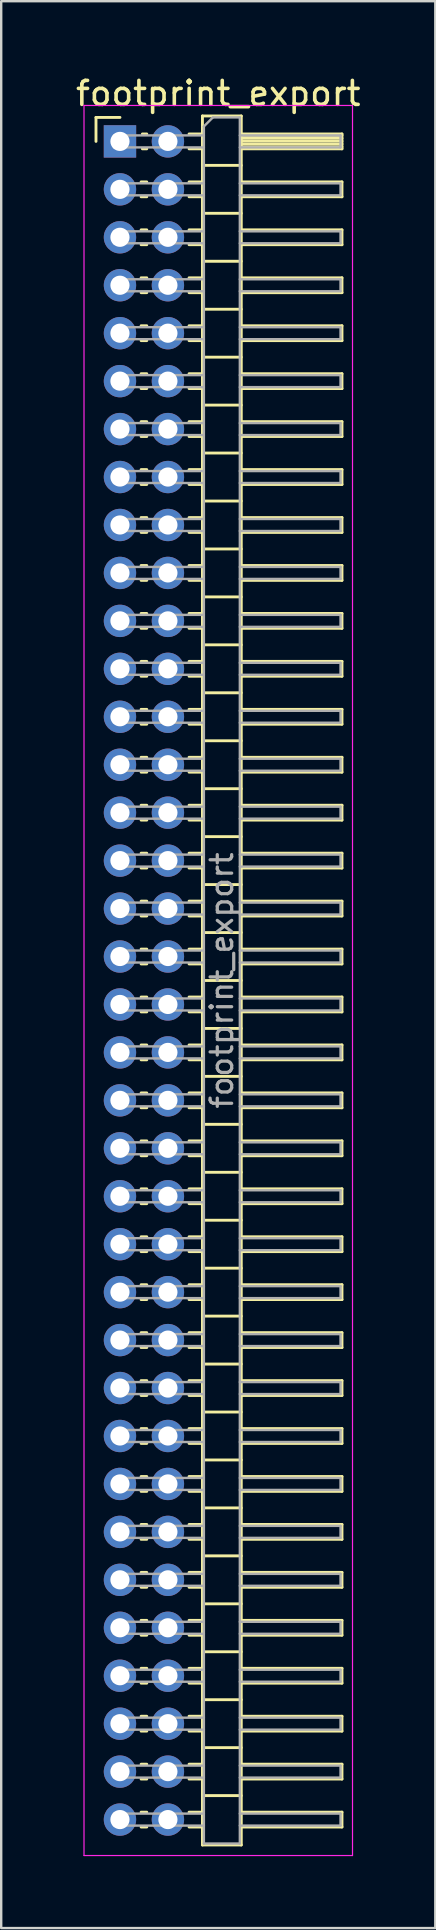
<source format=kicad_pcb>
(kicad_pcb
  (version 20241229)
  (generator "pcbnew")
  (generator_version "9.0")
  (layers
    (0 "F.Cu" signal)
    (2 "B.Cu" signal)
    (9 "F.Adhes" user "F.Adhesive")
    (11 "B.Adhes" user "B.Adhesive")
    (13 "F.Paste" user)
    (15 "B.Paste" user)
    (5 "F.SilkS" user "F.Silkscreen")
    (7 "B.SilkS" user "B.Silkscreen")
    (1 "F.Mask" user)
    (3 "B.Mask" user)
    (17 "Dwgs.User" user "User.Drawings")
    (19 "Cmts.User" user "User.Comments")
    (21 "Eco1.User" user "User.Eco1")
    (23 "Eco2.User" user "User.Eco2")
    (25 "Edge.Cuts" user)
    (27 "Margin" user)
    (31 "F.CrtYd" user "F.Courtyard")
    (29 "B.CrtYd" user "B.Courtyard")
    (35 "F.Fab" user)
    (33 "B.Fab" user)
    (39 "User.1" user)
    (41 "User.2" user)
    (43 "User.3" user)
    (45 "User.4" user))
  (footprint "footprint_export"
    (layer "F.Cu")
    (at 1.954 2.848)
    (property "Reference" "footprint_export" (at 4.1 -2 0) (layer "F.SilkS") (effects (font (size 1 1) (thickness 0.15))))
    (attr through_hole)
    (fp_line (start -1 -1) (end 0 -1) (stroke (width 0.12) (type solid)) (layer "F.SilkS"))
    (fp_line (start -1 0) (end -1 -1) (stroke (width 0.12) (type solid)) (layer "F.SilkS"))
    (fp_line (start 0.882 1.69) (end 1.118 1.69) (stroke (width 0.12) (type solid)) (layer "F.SilkS"))
    (fp_line (start 0.882 2.31) (end 1.118 2.31) (stroke (width 0.12) (type solid)) (layer "F.SilkS"))
    (fp_line (start 0.882 3.69) (end 1.118 3.69) (stroke (width 0.12) (type solid)) (layer "F.SilkS"))
    (fp_line (start 0.882 4.31) (end 1.118 4.31) (stroke (width 0.12) (type solid)) (layer "F.SilkS"))
    (fp_line (start 0.882 5.69) (end 1.118 5.69) (stroke (width 0.12) (type solid)) (layer "F.SilkS"))
    (fp_line (start 0.882 6.31) (end 1.118 6.31) (stroke (width 0.12) (type solid)) (layer "F.SilkS"))
    (fp_line (start 0.882 7.69) (end 1.118 7.69) (stroke (width 0.12) (type solid)) (layer "F.SilkS"))
    (fp_line (start 0.882 8.31) (end 1.118 8.31) (stroke (width 0.12) (type solid)) (layer "F.SilkS"))
    (fp_line (start 0.882 9.69) (end 1.118 9.69) (stroke (width 0.12) (type solid)) (layer "F.SilkS"))
    (fp_line (start 0.882 10.31) (end 1.118 10.31) (stroke (width 0.12) (type solid)) (layer "F.SilkS"))
    (fp_line (start 0.882 11.69) (end 1.118 11.69) (stroke (width 0.12) (type solid)) (layer "F.SilkS"))
    (fp_line (start 0.882 12.31) (end 1.118 12.31) (stroke (width 0.12) (type solid)) (layer "F.SilkS"))
    (fp_line (start 0.882 13.69) (end 1.118 13.69) (stroke (width 0.12) (type solid)) (layer "F.SilkS"))
    (fp_line (start 0.882 14.31) (end 1.118 14.31) (stroke (width 0.12) (type solid)) (layer "F.SilkS"))
    (fp_line (start 0.882 15.69) (end 1.118 15.69) (stroke (width 0.12) (type solid)) (layer "F.SilkS"))
    (fp_line (start 0.882 16.31) (end 1.118 16.31) (stroke (width 0.12) (type solid)) (layer "F.SilkS"))
    (fp_line (start 0.882 17.69) (end 1.118 17.69) (stroke (width 0.12) (type solid)) (layer "F.SilkS"))
    (fp_line (start 0.882 18.31) (end 1.118 18.31) (stroke (width 0.12) (type solid)) (layer "F.SilkS"))
    (fp_line (start 0.882 19.69) (end 1.118 19.69) (stroke (width 0.12) (type solid)) (layer "F.SilkS"))
    (fp_line (start 0.882 20.31) (end 1.118 20.31) (stroke (width 0.12) (type solid)) (layer "F.SilkS"))
    (fp_line (start 0.882 21.69) (end 1.118 21.69) (stroke (width 0.12) (type solid)) (layer "F.SilkS"))
    (fp_line (start 0.882 22.31) (end 1.118 22.31) (stroke (width 0.12) (type solid)) (layer "F.SilkS"))
    (fp_line (start 0.882 23.69) (end 1.118 23.69) (stroke (width 0.12) (type solid)) (layer "F.SilkS"))
    (fp_line (start 0.882 24.31) (end 1.118 24.31) (stroke (width 0.12) (type solid)) (layer "F.SilkS"))
    (fp_line (start 0.882 25.69) (end 1.118 25.69) (stroke (width 0.12) (type solid)) (layer "F.SilkS"))
    (fp_line (start 0.882 26.31) (end 1.118 26.31) (stroke (width 0.12) (type solid)) (layer "F.SilkS"))
    (fp_line (start 0.882 27.69) (end 1.118 27.69) (stroke (width 0.12) (type solid)) (layer "F.SilkS"))
    (fp_line (start 0.882 28.31) (end 1.118 28.31) (stroke (width 0.12) (type solid)) (layer "F.SilkS"))
    (fp_line (start 0.882 29.69) (end 1.118 29.69) (stroke (width 0.12) (type solid)) (layer "F.SilkS"))
    (fp_line (start 0.882 30.31) (end 1.118 30.31) (stroke (width 0.12) (type solid)) (layer "F.SilkS"))
    (fp_line (start 0.882 31.69) (end 1.118 31.69) (stroke (width 0.12) (type solid)) (layer "F.SilkS"))
    (fp_line (start 0.882 32.31) (end 1.118 32.31) (stroke (width 0.12) (type solid)) (layer "F.SilkS"))
    (fp_line (start 0.882 33.69) (end 1.118 33.69) (stroke (width 0.12) (type solid)) (layer "F.SilkS"))
    (fp_line (start 0.882 34.31) (end 1.118 34.31) (stroke (width 0.12) (type solid)) (layer "F.SilkS"))
    (fp_line (start 0.882 35.69) (end 1.118 35.69) (stroke (width 0.12) (type solid)) (layer "F.SilkS"))
    (fp_line (start 0.882 36.31) (end 1.118 36.31) (stroke (width 0.12) (type solid)) (layer "F.SilkS"))
    (fp_line (start 0.882 37.69) (end 1.118 37.69) (stroke (width 0.12) (type solid)) (layer "F.SilkS"))
    (fp_line (start 0.882 38.31) (end 1.118 38.31) (stroke (width 0.12) (type solid)) (layer "F.SilkS"))
    (fp_line (start 0.882 39.69) (end 1.118 39.69) (stroke (width 0.12) (type solid)) (layer "F.SilkS"))
    (fp_line (start 0.882 40.31) (end 1.118 40.31) (stroke (width 0.12) (type solid)) (layer "F.SilkS"))
    (fp_line (start 0.882 41.69) (end 1.118 41.69) (stroke (width 0.12) (type solid)) (layer "F.SilkS"))
    (fp_line (start 0.882 42.31) (end 1.118 42.31) (stroke (width 0.12) (type solid)) (layer "F.SilkS"))
    (fp_line (start 0.882 43.69) (end 1.118 43.69) (stroke (width 0.12) (type solid)) (layer "F.SilkS"))
    (fp_line (start 0.882 44.31) (end 1.118 44.31) (stroke (width 0.12) (type solid)) (layer "F.SilkS"))
    (fp_line (start 0.882 45.69) (end 1.118 45.69) (stroke (width 0.12) (type solid)) (layer "F.SilkS"))
    (fp_line (start 0.882 46.31) (end 1.118 46.31) (stroke (width 0.12) (type solid)) (layer "F.SilkS"))
    (fp_line (start 0.882 47.69) (end 1.118 47.69) (stroke (width 0.12) (type solid)) (layer "F.SilkS"))
    (fp_line (start 0.882 48.31) (end 1.118 48.31) (stroke (width 0.12) (type solid)) (layer "F.SilkS"))
    (fp_line (start 0.882 49.69) (end 1.118 49.69) (stroke (width 0.12) (type solid)) (layer "F.SilkS"))
    (fp_line (start 0.882 50.31) (end 1.118 50.31) (stroke (width 0.12) (type solid)) (layer "F.SilkS"))
    (fp_line (start 0.882 51.69) (end 1.118 51.69) (stroke (width 0.12) (type solid)) (layer "F.SilkS"))
    (fp_line (start 0.882 52.31) (end 1.118 52.31) (stroke (width 0.12) (type solid)) (layer "F.SilkS"))
    (fp_line (start 0.882 53.69) (end 1.118 53.69) (stroke (width 0.12) (type solid)) (layer "F.SilkS"))
    (fp_line (start 0.882 54.31) (end 1.118 54.31) (stroke (width 0.12) (type solid)) (layer "F.SilkS"))
    (fp_line (start 0.882 55.69) (end 1.118 55.69) (stroke (width 0.12) (type solid)) (layer "F.SilkS"))
    (fp_line (start 0.882 56.31) (end 1.118 56.31) (stroke (width 0.12) (type solid)) (layer "F.SilkS"))
    (fp_line (start 0.882 57.69) (end 1.118 57.69) (stroke (width 0.12) (type solid)) (layer "F.SilkS"))
    (fp_line (start 0.882 58.31) (end 1.118 58.31) (stroke (width 0.12) (type solid)) (layer "F.SilkS"))
    (fp_line (start 0.882 59.69) (end 1.118 59.69) (stroke (width 0.12) (type solid)) (layer "F.SilkS"))
    (fp_line (start 0.882 60.31) (end 1.118 60.31) (stroke (width 0.12) (type solid)) (layer "F.SilkS"))
    (fp_line (start 0.882 61.69) (end 1.118 61.69) (stroke (width 0.12) (type solid)) (layer "F.SilkS"))
    (fp_line (start 0.882 62.31) (end 1.118 62.31) (stroke (width 0.12) (type solid)) (layer "F.SilkS"))
    (fp_line (start 0.882 63.69) (end 1.118 63.69) (stroke (width 0.12) (type solid)) (layer "F.SilkS"))
    (fp_line (start 0.882 64.31) (end 1.118 64.31) (stroke (width 0.12) (type solid)) (layer "F.SilkS"))
    (fp_line (start 0.882 65.69) (end 1.118 65.69) (stroke (width 0.12) (type solid)) (layer "F.SilkS"))
    (fp_line (start 0.882 66.31) (end 1.118 66.31) (stroke (width 0.12) (type solid)) (layer "F.SilkS"))
    (fp_line (start 0.882 67.69) (end 1.118 67.69) (stroke (width 0.12) (type solid)) (layer "F.SilkS"))
    (fp_line (start 0.882 68.31) (end 1.118 68.31) (stroke (width 0.12) (type solid)) (layer "F.SilkS"))
    (fp_line (start 0.882 69.69) (end 1.118 69.69) (stroke (width 0.12) (type solid)) (layer "F.SilkS"))
    (fp_line (start 0.882 70.31) (end 1.118 70.31) (stroke (width 0.12) (type solid)) (layer "F.SilkS"))
    (fp_line (start 0.935 -0.31) (end 1.118 -0.31) (stroke (width 0.12) (type solid)) (layer "F.SilkS"))
    (fp_line (start 0.935 0.31) (end 1.118 0.31) (stroke (width 0.12) (type solid)) (layer "F.SilkS"))
    (fp_line (start 2.882 -0.31) (end 3.44 -0.31) (stroke (width 0.12) (type solid)) (layer "F.SilkS"))
    (fp_line (start 2.882 0.31) (end 3.44 0.31) (stroke (width 0.12) (type solid)) (layer "F.SilkS"))
    (fp_line (start 2.882 1.69) (end 3.44 1.69) (stroke (width 0.12) (type solid)) (layer "F.SilkS"))
    (fp_line (start 2.882 2.31) (end 3.44 2.31) (stroke (width 0.12) (type solid)) (layer "F.SilkS"))
    (fp_line (start 2.882 3.69) (end 3.44 3.69) (stroke (width 0.12) (type solid)) (layer "F.SilkS"))
    (fp_line (start 2.882 4.31) (end 3.44 4.31) (stroke (width 0.12) (type solid)) (layer "F.SilkS"))
    (fp_line (start 2.882 5.69) (end 3.44 5.69) (stroke (width 0.12) (type solid)) (layer "F.SilkS"))
    (fp_line (start 2.882 6.31) (end 3.44 6.31) (stroke (width 0.12) (type solid)) (layer "F.SilkS"))
    (fp_line (start 2.882 7.69) (end 3.44 7.69) (stroke (width 0.12) (type solid)) (layer "F.SilkS"))
    (fp_line (start 2.882 8.31) (end 3.44 8.31) (stroke (width 0.12) (type solid)) (layer "F.SilkS"))
    (fp_line (start 2.882 9.69) (end 3.44 9.69) (stroke (width 0.12) (type solid)) (layer "F.SilkS"))
    (fp_line (start 2.882 10.31) (end 3.44 10.31) (stroke (width 0.12) (type solid)) (layer "F.SilkS"))
    (fp_line (start 2.882 11.69) (end 3.44 11.69) (stroke (width 0.12) (type solid)) (layer "F.SilkS"))
    (fp_line (start 2.882 12.31) (end 3.44 12.31) (stroke (width 0.12) (type solid)) (layer "F.SilkS"))
    (fp_line (start 2.882 13.69) (end 3.44 13.69) (stroke (width 0.12) (type solid)) (layer "F.SilkS"))
    (fp_line (start 2.882 14.31) (end 3.44 14.31) (stroke (width 0.12) (type solid)) (layer "F.SilkS"))
    (fp_line (start 2.882 15.69) (end 3.44 15.69) (stroke (width 0.12) (type solid)) (layer "F.SilkS"))
    (fp_line (start 2.882 16.31) (end 3.44 16.31) (stroke (width 0.12) (type solid)) (layer "F.SilkS"))
    (fp_line (start 2.882 17.69) (end 3.44 17.69) (stroke (width 0.12) (type solid)) (layer "F.SilkS"))
    (fp_line (start 2.882 18.31) (end 3.44 18.31) (stroke (width 0.12) (type solid)) (layer "F.SilkS"))
    (fp_line (start 2.882 19.69) (end 3.44 19.69) (stroke (width 0.12) (type solid)) (layer "F.SilkS"))
    (fp_line (start 2.882 20.31) (end 3.44 20.31) (stroke (width 0.12) (type solid)) (layer "F.SilkS"))
    (fp_line (start 2.882 21.69) (end 3.44 21.69) (stroke (width 0.12) (type solid)) (layer "F.SilkS"))
    (fp_line (start 2.882 22.31) (end 3.44 22.31) (stroke (width 0.12) (type solid)) (layer "F.SilkS"))
    (fp_line (start 2.882 23.69) (end 3.44 23.69) (stroke (width 0.12) (type solid)) (layer "F.SilkS"))
    (fp_line (start 2.882 24.31) (end 3.44 24.31) (stroke (width 0.12) (type solid)) (layer "F.SilkS"))
    (fp_line (start 2.882 25.69) (end 3.44 25.69) (stroke (width 0.12) (type solid)) (layer "F.SilkS"))
    (fp_line (start 2.882 26.31) (end 3.44 26.31) (stroke (width 0.12) (type solid)) (layer "F.SilkS"))
    (fp_line (start 2.882 27.69) (end 3.44 27.69) (stroke (width 0.12) (type solid)) (layer "F.SilkS"))
    (fp_line (start 2.882 28.31) (end 3.44 28.31) (stroke (width 0.12) (type solid)) (layer "F.SilkS"))
    (fp_line (start 2.882 29.69) (end 3.44 29.69) (stroke (width 0.12) (type solid)) (layer "F.SilkS"))
    (fp_line (start 2.882 30.31) (end 3.44 30.31) (stroke (width 0.12) (type solid)) (layer "F.SilkS"))
    (fp_line (start 2.882 31.69) (end 3.44 31.69) (stroke (width 0.12) (type solid)) (layer "F.SilkS"))
    (fp_line (start 2.882 32.31) (end 3.44 32.31) (stroke (width 0.12) (type solid)) (layer "F.SilkS"))
    (fp_line (start 2.882 33.69) (end 3.44 33.69) (stroke (width 0.12) (type solid)) (layer "F.SilkS"))
    (fp_line (start 2.882 34.31) (end 3.44 34.31) (stroke (width 0.12) (type solid)) (layer "F.SilkS"))
    (fp_line (start 2.882 35.69) (end 3.44 35.69) (stroke (width 0.12) (type solid)) (layer "F.SilkS"))
    (fp_line (start 2.882 36.31) (end 3.44 36.31) (stroke (width 0.12) (type solid)) (layer "F.SilkS"))
    (fp_line (start 2.882 37.69) (end 3.44 37.69) (stroke (width 0.12) (type solid)) (layer "F.SilkS"))
    (fp_line (start 2.882 38.31) (end 3.44 38.31) (stroke (width 0.12) (type solid)) (layer "F.SilkS"))
    (fp_line (start 2.882 39.69) (end 3.44 39.69) (stroke (width 0.12) (type solid)) (layer "F.SilkS"))
    (fp_line (start 2.882 40.31) (end 3.44 40.31) (stroke (width 0.12) (type solid)) (layer "F.SilkS"))
    (fp_line (start 2.882 41.69) (end 3.44 41.69) (stroke (width 0.12) (type solid)) (layer "F.SilkS"))
    (fp_line (start 2.882 42.31) (end 3.44 42.31) (stroke (width 0.12) (type solid)) (layer "F.SilkS"))
    (fp_line (start 2.882 43.69) (end 3.44 43.69) (stroke (width 0.12) (type solid)) (layer "F.SilkS"))
    (fp_line (start 2.882 44.31) (end 3.44 44.31) (stroke (width 0.12) (type solid)) (layer "F.SilkS"))
    (fp_line (start 2.882 45.69) (end 3.44 45.69) (stroke (width 0.12) (type solid)) (layer "F.SilkS"))
    (fp_line (start 2.882 46.31) (end 3.44 46.31) (stroke (width 0.12) (type solid)) (layer "F.SilkS"))
    (fp_line (start 2.882 47.69) (end 3.44 47.69) (stroke (width 0.12) (type solid)) (layer "F.SilkS"))
    (fp_line (start 2.882 48.31) (end 3.44 48.31) (stroke (width 0.12) (type solid)) (layer "F.SilkS"))
    (fp_line (start 2.882 49.69) (end 3.44 49.69) (stroke (width 0.12) (type solid)) (layer "F.SilkS"))
    (fp_line (start 2.882 50.31) (end 3.44 50.31) (stroke (width 0.12) (type solid)) (layer "F.SilkS"))
    (fp_line (start 2.882 51.69) (end 3.44 51.69) (stroke (width 0.12) (type solid)) (layer "F.SilkS"))
    (fp_line (start 2.882 52.31) (end 3.44 52.31) (stroke (width 0.12) (type solid)) (layer "F.SilkS"))
    (fp_line (start 2.882 53.69) (end 3.44 53.69) (stroke (width 0.12) (type solid)) (layer "F.SilkS"))
    (fp_line (start 2.882 54.31) (end 3.44 54.31) (stroke (width 0.12) (type solid)) (layer "F.SilkS"))
    (fp_line (start 2.882 55.69) (end 3.44 55.69) (stroke (width 0.12) (type solid)) (layer "F.SilkS"))
    (fp_line (start 2.882 56.31) (end 3.44 56.31) (stroke (width 0.12) (type solid)) (layer "F.SilkS"))
    (fp_line (start 2.882 57.69) (end 3.44 57.69) (stroke (width 0.12) (type solid)) (layer "F.SilkS"))
    (fp_line (start 2.882 58.31) (end 3.44 58.31) (stroke (width 0.12) (type solid)) (layer "F.SilkS"))
    (fp_line (start 2.882 59.69) (end 3.44 59.69) (stroke (width 0.12) (type solid)) (layer "F.SilkS"))
    (fp_line (start 2.882 60.31) (end 3.44 60.31) (stroke (width 0.12) (type solid)) (layer "F.SilkS"))
    (fp_line (start 2.882 61.69) (end 3.44 61.69) (stroke (width 0.12) (type solid)) (layer "F.SilkS"))
    (fp_line (start 2.882 62.31) (end 3.44 62.31) (stroke (width 0.12) (type solid)) (layer "F.SilkS"))
    (fp_line (start 2.882 63.69) (end 3.44 63.69) (stroke (width 0.12) (type solid)) (layer "F.SilkS"))
    (fp_line (start 2.882 64.31) (end 3.44 64.31) (stroke (width 0.12) (type solid)) (layer "F.SilkS"))
    (fp_line (start 2.882 65.69) (end 3.44 65.69) (stroke (width 0.12) (type solid)) (layer "F.SilkS"))
    (fp_line (start 2.882 66.31) (end 3.44 66.31) (stroke (width 0.12) (type solid)) (layer "F.SilkS"))
    (fp_line (start 2.882 67.69) (end 3.44 67.69) (stroke (width 0.12) (type solid)) (layer "F.SilkS"))
    (fp_line (start 2.882 68.31) (end 3.44 68.31) (stroke (width 0.12) (type solid)) (layer "F.SilkS"))
    (fp_line (start 2.882 69.69) (end 3.44 69.69) (stroke (width 0.12) (type solid)) (layer "F.SilkS"))
    (fp_line (start 2.882 70.31) (end 3.44 70.31) (stroke (width 0.12) (type solid)) (layer "F.SilkS"))
    (fp_line (start 3.44 -1.06) (end 3.44 71.06) (stroke (width 0.12) (type solid)) (layer "F.SilkS"))
    (fp_line (start 3.44 1) (end 5.06 1) (stroke (width 0.12) (type solid)) (layer "F.SilkS"))
    (fp_line (start 3.44 3) (end 5.06 3) (stroke (width 0.12) (type solid)) (layer "F.SilkS"))
    (fp_line (start 3.44 5) (end 5.06 5) (stroke (width 0.12) (type solid)) (layer "F.SilkS"))
    (fp_line (start 3.44 7) (end 5.06 7) (stroke (width 0.12) (type solid)) (layer "F.SilkS"))
    (fp_line (start 3.44 9) (end 5.06 9) (stroke (width 0.12) (type solid)) (layer "F.SilkS"))
    (fp_line (start 3.44 11) (end 5.06 11) (stroke (width 0.12) (type solid)) (layer "F.SilkS"))
    (fp_line (start 3.44 13) (end 5.06 13) (stroke (width 0.12) (type solid)) (layer "F.SilkS"))
    (fp_line (start 3.44 15) (end 5.06 15) (stroke (width 0.12) (type solid)) (layer "F.SilkS"))
    (fp_line (start 3.44 17) (end 5.06 17) (stroke (width 0.12) (type solid)) (layer "F.SilkS"))
    (fp_line (start 3.44 19) (end 5.06 19) (stroke (width 0.12) (type solid)) (layer "F.SilkS"))
    (fp_line (start 3.44 21) (end 5.06 21) (stroke (width 0.12) (type solid)) (layer "F.SilkS"))
    (fp_line (start 3.44 23) (end 5.06 23) (stroke (width 0.12) (type solid)) (layer "F.SilkS"))
    (fp_line (start 3.44 25) (end 5.06 25) (stroke (width 0.12) (type solid)) (layer "F.SilkS"))
    (fp_line (start 3.44 27) (end 5.06 27) (stroke (width 0.12) (type solid)) (layer "F.SilkS"))
    (fp_line (start 3.44 29) (end 5.06 29) (stroke (width 0.12) (type solid)) (layer "F.SilkS"))
    (fp_line (start 3.44 31) (end 5.06 31) (stroke (width 0.12) (type solid)) (layer "F.SilkS"))
    (fp_line (start 3.44 33) (end 5.06 33) (stroke (width 0.12) (type solid)) (layer "F.SilkS"))
    (fp_line (start 3.44 35) (end 5.06 35) (stroke (width 0.12) (type solid)) (layer "F.SilkS"))
    (fp_line (start 3.44 37) (end 5.06 37) (stroke (width 0.12) (type solid)) (layer "F.SilkS"))
    (fp_line (start 3.44 39) (end 5.06 39) (stroke (width 0.12) (type solid)) (layer "F.SilkS"))
    (fp_line (start 3.44 41) (end 5.06 41) (stroke (width 0.12) (type solid)) (layer "F.SilkS"))
    (fp_line (start 3.44 43) (end 5.06 43) (stroke (width 0.12) (type solid)) (layer "F.SilkS"))
    (fp_line (start 3.44 45) (end 5.06 45) (stroke (width 0.12) (type solid)) (layer "F.SilkS"))
    (fp_line (start 3.44 47) (end 5.06 47) (stroke (width 0.12) (type solid)) (layer "F.SilkS"))
    (fp_line (start 3.44 49) (end 5.06 49) (stroke (width 0.12) (type solid)) (layer "F.SilkS"))
    (fp_line (start 3.44 51) (end 5.06 51) (stroke (width 0.12) (type solid)) (layer "F.SilkS"))
    (fp_line (start 3.44 53) (end 5.06 53) (stroke (width 0.12) (type solid)) (layer "F.SilkS"))
    (fp_line (start 3.44 55) (end 5.06 55) (stroke (width 0.12) (type solid)) (layer "F.SilkS"))
    (fp_line (start 3.44 57) (end 5.06 57) (stroke (width 0.12) (type solid)) (layer "F.SilkS"))
    (fp_line (start 3.44 59) (end 5.06 59) (stroke (width 0.12) (type solid)) (layer "F.SilkS"))
    (fp_line (start 3.44 61) (end 5.06 61) (stroke (width 0.12) (type solid)) (layer "F.SilkS"))
    (fp_line (start 3.44 63) (end 5.06 63) (stroke (width 0.12) (type solid)) (layer "F.SilkS"))
    (fp_line (start 3.44 65) (end 5.06 65) (stroke (width 0.12) (type solid)) (layer "F.SilkS"))
    (fp_line (start 3.44 67) (end 5.06 67) (stroke (width 0.12) (type solid)) (layer "F.SilkS"))
    (fp_line (start 3.44 69) (end 5.06 69) (stroke (width 0.12) (type solid)) (layer "F.SilkS"))
    (fp_line (start 3.44 71.06) (end 5.06 71.06) (stroke (width 0.12) (type solid)) (layer "F.SilkS"))
    (fp_line (start 5.06 -1.06) (end 3.44 -1.06) (stroke (width 0.12) (type solid)) (layer "F.SilkS"))
    (fp_line (start 5.06 -0.31) (end 9.26 -0.31) (stroke (width 0.12) (type solid)) (layer "F.SilkS"))
    (fp_line (start 5.06 -0.25) (end 9.26 -0.25) (stroke (width 0.12) (type solid)) (layer "F.SilkS"))
    (fp_line (start 5.06 -0.13) (end 9.26 -0.13) (stroke (width 0.12) (type solid)) (layer "F.SilkS"))
    (fp_line (start 5.06 -0.01) (end 9.26 -0.01) (stroke (width 0.12) (type solid)) (layer "F.SilkS"))
    (fp_line (start 5.06 0.11) (end 9.26 0.11) (stroke (width 0.12) (type solid)) (layer "F.SilkS"))
    (fp_line (start 5.06 0.23) (end 9.26 0.23) (stroke (width 0.12) (type solid)) (layer "F.SilkS"))
    (fp_line (start 5.06 1.69) (end 9.26 1.69) (stroke (width 0.12) (type solid)) (layer "F.SilkS"))
    (fp_line (start 5.06 3.69) (end 9.26 3.69) (stroke (width 0.12) (type solid)) (layer "F.SilkS"))
    (fp_line (start 5.06 5.69) (end 9.26 5.69) (stroke (width 0.12) (type solid)) (layer "F.SilkS"))
    (fp_line (start 5.06 7.69) (end 9.26 7.69) (stroke (width 0.12) (type solid)) (layer "F.SilkS"))
    (fp_line (start 5.06 9.69) (end 9.26 9.69) (stroke (width 0.12) (type solid)) (layer "F.SilkS"))
    (fp_line (start 5.06 11.69) (end 9.26 11.69) (stroke (width 0.12) (type solid)) (layer "F.SilkS"))
    (fp_line (start 5.06 13.69) (end 9.26 13.69) (stroke (width 0.12) (type solid)) (layer "F.SilkS"))
    (fp_line (start 5.06 15.69) (end 9.26 15.69) (stroke (width 0.12) (type solid)) (layer "F.SilkS"))
    (fp_line (start 5.06 17.69) (end 9.26 17.69) (stroke (width 0.12) (type solid)) (layer "F.SilkS"))
    (fp_line (start 5.06 19.69) (end 9.26 19.69) (stroke (width 0.12) (type solid)) (layer "F.SilkS"))
    (fp_line (start 5.06 21.69) (end 9.26 21.69) (stroke (width 0.12) (type solid)) (layer "F.SilkS"))
    (fp_line (start 5.06 23.69) (end 9.26 23.69) (stroke (width 0.12) (type solid)) (layer "F.SilkS"))
    (fp_line (start 5.06 25.69) (end 9.26 25.69) (stroke (width 0.12) (type solid)) (layer "F.SilkS"))
    (fp_line (start 5.06 27.69) (end 9.26 27.69) (stroke (width 0.12) (type solid)) (layer "F.SilkS"))
    (fp_line (start 5.06 29.69) (end 9.26 29.69) (stroke (width 0.12) (type solid)) (layer "F.SilkS"))
    (fp_line (start 5.06 31.69) (end 9.26 31.69) (stroke (width 0.12) (type solid)) (layer "F.SilkS"))
    (fp_line (start 5.06 33.69) (end 9.26 33.69) (stroke (width 0.12) (type solid)) (layer "F.SilkS"))
    (fp_line (start 5.06 35.69) (end 9.26 35.69) (stroke (width 0.12) (type solid)) (layer "F.SilkS"))
    (fp_line (start 5.06 37.69) (end 9.26 37.69) (stroke (width 0.12) (type solid)) (layer "F.SilkS"))
    (fp_line (start 5.06 39.69) (end 9.26 39.69) (stroke (width 0.12) (type solid)) (layer "F.SilkS"))
    (fp_line (start 5.06 41.69) (end 9.26 41.69) (stroke (width 0.12) (type solid)) (layer "F.SilkS"))
    (fp_line (start 5.06 43.69) (end 9.26 43.69) (stroke (width 0.12) (type solid)) (layer "F.SilkS"))
    (fp_line (start 5.06 45.69) (end 9.26 45.69) (stroke (width 0.12) (type solid)) (layer "F.SilkS"))
    (fp_line (start 5.06 47.69) (end 9.26 47.69) (stroke (width 0.12) (type solid)) (layer "F.SilkS"))
    (fp_line (start 5.06 49.69) (end 9.26 49.69) (stroke (width 0.12) (type solid)) (layer "F.SilkS"))
    (fp_line (start 5.06 51.69) (end 9.26 51.69) (stroke (width 0.12) (type solid)) (layer "F.SilkS"))
    (fp_line (start 5.06 53.69) (end 9.26 53.69) (stroke (width 0.12) (type solid)) (layer "F.SilkS"))
    (fp_line (start 5.06 55.69) (end 9.26 55.69) (stroke (width 0.12) (type solid)) (layer "F.SilkS"))
    (fp_line (start 5.06 57.69) (end 9.26 57.69) (stroke (width 0.12) (type solid)) (layer "F.SilkS"))
    (fp_line (start 5.06 59.69) (end 9.26 59.69) (stroke (width 0.12) (type solid)) (layer "F.SilkS"))
    (fp_line (start 5.06 61.69) (end 9.26 61.69) (stroke (width 0.12) (type solid)) (layer "F.SilkS"))
    (fp_line (start 5.06 63.69) (end 9.26 63.69) (stroke (width 0.12) (type solid)) (layer "F.SilkS"))
    (fp_line (start 5.06 65.69) (end 9.26 65.69) (stroke (width 0.12) (type solid)) (layer "F.SilkS"))
    (fp_line (start 5.06 67.69) (end 9.26 67.69) (stroke (width 0.12) (type solid)) (layer "F.SilkS"))
    (fp_line (start 5.06 69.69) (end 9.26 69.69) (stroke (width 0.12) (type solid)) (layer "F.SilkS"))
    (fp_line (start 5.06 71.06) (end 5.06 -1.06) (stroke (width 0.12) (type solid)) (layer "F.SilkS"))
    (fp_line (start 9.26 -0.31) (end 9.26 0.31) (stroke (width 0.12) (type solid)) (layer "F.SilkS"))
    (fp_line (start 9.26 0.31) (end 5.06 0.31) (stroke (width 0.12) (type solid)) (layer "F.SilkS"))
    (fp_line (start 9.26 1.69) (end 9.26 2.31) (stroke (width 0.12) (type solid)) (layer "F.SilkS"))
    (fp_line (start 9.26 2.31) (end 5.06 2.31) (stroke (width 0.12) (type solid)) (layer "F.SilkS"))
    (fp_line (start 9.26 3.69) (end 9.26 4.31) (stroke (width 0.12) (type solid)) (layer "F.SilkS"))
    (fp_line (start 9.26 4.31) (end 5.06 4.31) (stroke (width 0.12) (type solid)) (layer "F.SilkS"))
    (fp_line (start 9.26 5.69) (end 9.26 6.31) (stroke (width 0.12) (type solid)) (layer "F.SilkS"))
    (fp_line (start 9.26 6.31) (end 5.06 6.31) (stroke (width 0.12) (type solid)) (layer "F.SilkS"))
    (fp_line (start 9.26 7.69) (end 9.26 8.31) (stroke (width 0.12) (type solid)) (layer "F.SilkS"))
    (fp_line (start 9.26 8.31) (end 5.06 8.31) (stroke (width 0.12) (type solid)) (layer "F.SilkS"))
    (fp_line (start 9.26 9.69) (end 9.26 10.31) (stroke (width 0.12) (type solid)) (layer "F.SilkS"))
    (fp_line (start 9.26 10.31) (end 5.06 10.31) (stroke (width 0.12) (type solid)) (layer "F.SilkS"))
    (fp_line (start 9.26 11.69) (end 9.26 12.31) (stroke (width 0.12) (type solid)) (layer "F.SilkS"))
    (fp_line (start 9.26 12.31) (end 5.06 12.31) (stroke (width 0.12) (type solid)) (layer "F.SilkS"))
    (fp_line (start 9.26 13.69) (end 9.26 14.31) (stroke (width 0.12) (type solid)) (layer "F.SilkS"))
    (fp_line (start 9.26 14.31) (end 5.06 14.31) (stroke (width 0.12) (type solid)) (layer "F.SilkS"))
    (fp_line (start 9.26 15.69) (end 9.26 16.31) (stroke (width 0.12) (type solid)) (layer "F.SilkS"))
    (fp_line (start 9.26 16.31) (end 5.06 16.31) (stroke (width 0.12) (type solid)) (layer "F.SilkS"))
    (fp_line (start 9.26 17.69) (end 9.26 18.31) (stroke (width 0.12) (type solid)) (layer "F.SilkS"))
    (fp_line (start 9.26 18.31) (end 5.06 18.31) (stroke (width 0.12) (type solid)) (layer "F.SilkS"))
    (fp_line (start 9.26 19.69) (end 9.26 20.31) (stroke (width 0.12) (type solid)) (layer "F.SilkS"))
    (fp_line (start 9.26 20.31) (end 5.06 20.31) (stroke (width 0.12) (type solid)) (layer "F.SilkS"))
    (fp_line (start 9.26 21.69) (end 9.26 22.31) (stroke (width 0.12) (type solid)) (layer "F.SilkS"))
    (fp_line (start 9.26 22.31) (end 5.06 22.31) (stroke (width 0.12) (type solid)) (layer "F.SilkS"))
    (fp_line (start 9.26 23.69) (end 9.26 24.31) (stroke (width 0.12) (type solid)) (layer "F.SilkS"))
    (fp_line (start 9.26 24.31) (end 5.06 24.31) (stroke (width 0.12) (type solid)) (layer "F.SilkS"))
    (fp_line (start 9.26 25.69) (end 9.26 26.31) (stroke (width 0.12) (type solid)) (layer "F.SilkS"))
    (fp_line (start 9.26 26.31) (end 5.06 26.31) (stroke (width 0.12) (type solid)) (layer "F.SilkS"))
    (fp_line (start 9.26 27.69) (end 9.26 28.31) (stroke (width 0.12) (type solid)) (layer "F.SilkS"))
    (fp_line (start 9.26 28.31) (end 5.06 28.31) (stroke (width 0.12) (type solid)) (layer "F.SilkS"))
    (fp_line (start 9.26 29.69) (end 9.26 30.31) (stroke (width 0.12) (type solid)) (layer "F.SilkS"))
    (fp_line (start 9.26 30.31) (end 5.06 30.31) (stroke (width 0.12) (type solid)) (layer "F.SilkS"))
    (fp_line (start 9.26 31.69) (end 9.26 32.31) (stroke (width 0.12) (type solid)) (layer "F.SilkS"))
    (fp_line (start 9.26 32.31) (end 5.06 32.31) (stroke (width 0.12) (type solid)) (layer "F.SilkS"))
    (fp_line (start 9.26 33.69) (end 9.26 34.31) (stroke (width 0.12) (type solid)) (layer "F.SilkS"))
    (fp_line (start 9.26 34.31) (end 5.06 34.31) (stroke (width 0.12) (type solid)) (layer "F.SilkS"))
    (fp_line (start 9.26 35.69) (end 9.26 36.31) (stroke (width 0.12) (type solid)) (layer "F.SilkS"))
    (fp_line (start 9.26 36.31) (end 5.06 36.31) (stroke (width 0.12) (type solid)) (layer "F.SilkS"))
    (fp_line (start 9.26 37.69) (end 9.26 38.31) (stroke (width 0.12) (type solid)) (layer "F.SilkS"))
    (fp_line (start 9.26 38.31) (end 5.06 38.31) (stroke (width 0.12) (type solid)) (layer "F.SilkS"))
    (fp_line (start 9.26 39.69) (end 9.26 40.31) (stroke (width 0.12) (type solid)) (layer "F.SilkS"))
    (fp_line (start 9.26 40.31) (end 5.06 40.31) (stroke (width 0.12) (type solid)) (layer "F.SilkS"))
    (fp_line (start 9.26 41.69) (end 9.26 42.31) (stroke (width 0.12) (type solid)) (layer "F.SilkS"))
    (fp_line (start 9.26 42.31) (end 5.06 42.31) (stroke (width 0.12) (type solid)) (layer "F.SilkS"))
    (fp_line (start 9.26 43.69) (end 9.26 44.31) (stroke (width 0.12) (type solid)) (layer "F.SilkS"))
    (fp_line (start 9.26 44.31) (end 5.06 44.31) (stroke (width 0.12) (type solid)) (layer "F.SilkS"))
    (fp_line (start 9.26 45.69) (end 9.26 46.31) (stroke (width 0.12) (type solid)) (layer "F.SilkS"))
    (fp_line (start 9.26 46.31) (end 5.06 46.31) (stroke (width 0.12) (type solid)) (layer "F.SilkS"))
    (fp_line (start 9.26 47.69) (end 9.26 48.31) (stroke (width 0.12) (type solid)) (layer "F.SilkS"))
    (fp_line (start 9.26 48.31) (end 5.06 48.31) (stroke (width 0.12) (type solid)) (layer "F.SilkS"))
    (fp_line (start 9.26 49.69) (end 9.26 50.31) (stroke (width 0.12) (type solid)) (layer "F.SilkS"))
    (fp_line (start 9.26 50.31) (end 5.06 50.31) (stroke (width 0.12) (type solid)) (layer "F.SilkS"))
    (fp_line (start 9.26 51.69) (end 9.26 52.31) (stroke (width 0.12) (type solid)) (layer "F.SilkS"))
    (fp_line (start 9.26 52.31) (end 5.06 52.31) (stroke (width 0.12) (type solid)) (layer "F.SilkS"))
    (fp_line (start 9.26 53.69) (end 9.26 54.31) (stroke (width 0.12) (type solid)) (layer "F.SilkS"))
    (fp_line (start 9.26 54.31) (end 5.06 54.31) (stroke (width 0.12) (type solid)) (layer "F.SilkS"))
    (fp_line (start 9.26 55.69) (end 9.26 56.31) (stroke (width 0.12) (type solid)) (layer "F.SilkS"))
    (fp_line (start 9.26 56.31) (end 5.06 56.31) (stroke (width 0.12) (type solid)) (layer "F.SilkS"))
    (fp_line (start 9.26 57.69) (end 9.26 58.31) (stroke (width 0.12) (type solid)) (layer "F.SilkS"))
    (fp_line (start 9.26 58.31) (end 5.06 58.31) (stroke (width 0.12) (type solid)) (layer "F.SilkS"))
    (fp_line (start 9.26 59.69) (end 9.26 60.31) (stroke (width 0.12) (type solid)) (layer "F.SilkS"))
    (fp_line (start 9.26 60.31) (end 5.06 60.31) (stroke (width 0.12) (type solid)) (layer "F.SilkS"))
    (fp_line (start 9.26 61.69) (end 9.26 62.31) (stroke (width 0.12) (type solid)) (layer "F.SilkS"))
    (fp_line (start 9.26 62.31) (end 5.06 62.31) (stroke (width 0.12) (type solid)) (layer "F.SilkS"))
    (fp_line (start 9.26 63.69) (end 9.26 64.31) (stroke (width 0.12) (type solid)) (layer "F.SilkS"))
    (fp_line (start 9.26 64.31) (end 5.06 64.31) (stroke (width 0.12) (type solid)) (layer "F.SilkS"))
    (fp_line (start 9.26 65.69) (end 9.26 66.31) (stroke (width 0.12) (type solid)) (layer "F.SilkS"))
    (fp_line (start 9.26 66.31) (end 5.06 66.31) (stroke (width 0.12) (type solid)) (layer "F.SilkS"))
    (fp_line (start 9.26 67.69) (end 9.26 68.31) (stroke (width 0.12) (type solid)) (layer "F.SilkS"))
    (fp_line (start 9.26 68.31) (end 5.06 68.31) (stroke (width 0.12) (type solid)) (layer "F.SilkS"))
    (fp_line (start 9.26 69.69) (end 9.26 70.31) (stroke (width 0.12) (type solid)) (layer "F.SilkS"))
    (fp_line (start 9.26 70.31) (end 5.06 70.31) (stroke (width 0.12) (type solid)) (layer "F.SilkS"))
    (fp_line (start -1.5 -1.5) (end -1.5 71.5) (stroke (width 0.05) (type solid)) (layer "F.CrtYd"))
    (fp_line (start -1.5 71.5) (end 9.7 71.5) (stroke (width 0.05) (type solid)) (layer "F.CrtYd"))
    (fp_line (start 9.7 -1.5) (end -1.5 -1.5) (stroke (width 0.05) (type solid)) (layer "F.CrtYd"))
    (fp_line (start 9.7 71.5) (end 9.7 -1.5) (stroke (width 0.05) (type solid)) (layer "F.CrtYd"))
    (fp_line (start -0.25 -0.25) (end -0.25 0.25) (stroke (width 0.1) (type solid)) (layer "F.Fab"))
    (fp_line (start -0.25 -0.25) (end 3.5 -0.25) (stroke (width 0.1) (type solid)) (layer "F.Fab"))
    (fp_line (start -0.25 0.25) (end 3.5 0.25) (stroke (width 0.1) (type solid)) (layer "F.Fab"))
    (fp_line (start -0.25 1.75) (end -0.25 2.25) (stroke (width 0.1) (type solid)) (layer "F.Fab"))
    (fp_line (start -0.25 1.75) (end 3.5 1.75) (stroke (width 0.1) (type solid)) (layer "F.Fab"))
    (fp_line (start -0.25 2.25) (end 3.5 2.25) (stroke (width 0.1) (type solid)) (layer "F.Fab"))
    (fp_line (start -0.25 3.75) (end -0.25 4.25) (stroke (width 0.1) (type solid)) (layer "F.Fab"))
    (fp_line (start -0.25 3.75) (end 3.5 3.75) (stroke (width 0.1) (type solid)) (layer "F.Fab"))
    (fp_line (start -0.25 4.25) (end 3.5 4.25) (stroke (width 0.1) (type solid)) (layer "F.Fab"))
    (fp_line (start -0.25 5.75) (end -0.25 6.25) (stroke (width 0.1) (type solid)) (layer "F.Fab"))
    (fp_line (start -0.25 5.75) (end 3.5 5.75) (stroke (width 0.1) (type solid)) (layer "F.Fab"))
    (fp_line (start -0.25 6.25) (end 3.5 6.25) (stroke (width 0.1) (type solid)) (layer "F.Fab"))
    (fp_line (start -0.25 7.75) (end -0.25 8.25) (stroke (width 0.1) (type solid)) (layer "F.Fab"))
    (fp_line (start -0.25 7.75) (end 3.5 7.75) (stroke (width 0.1) (type solid)) (layer "F.Fab"))
    (fp_line (start -0.25 8.25) (end 3.5 8.25) (stroke (width 0.1) (type solid)) (layer "F.Fab"))
    (fp_line (start -0.25 9.75) (end -0.25 10.25) (stroke (width 0.1) (type solid)) (layer "F.Fab"))
    (fp_line (start -0.25 9.75) (end 3.5 9.75) (stroke (width 0.1) (type solid)) (layer "F.Fab"))
    (fp_line (start -0.25 10.25) (end 3.5 10.25) (stroke (width 0.1) (type solid)) (layer "F.Fab"))
    (fp_line (start -0.25 11.75) (end -0.25 12.25) (stroke (width 0.1) (type solid)) (layer "F.Fab"))
    (fp_line (start -0.25 11.75) (end 3.5 11.75) (stroke (width 0.1) (type solid)) (layer "F.Fab"))
    (fp_line (start -0.25 12.25) (end 3.5 12.25) (stroke (width 0.1) (type solid)) (layer "F.Fab"))
    (fp_line (start -0.25 13.75) (end -0.25 14.25) (stroke (width 0.1) (type solid)) (layer "F.Fab"))
    (fp_line (start -0.25 13.75) (end 3.5 13.75) (stroke (width 0.1) (type solid)) (layer "F.Fab"))
    (fp_line (start -0.25 14.25) (end 3.5 14.25) (stroke (width 0.1) (type solid)) (layer "F.Fab"))
    (fp_line (start -0.25 15.75) (end -0.25 16.25) (stroke (width 0.1) (type solid)) (layer "F.Fab"))
    (fp_line (start -0.25 15.75) (end 3.5 15.75) (stroke (width 0.1) (type solid)) (layer "F.Fab"))
    (fp_line (start -0.25 16.25) (end 3.5 16.25) (stroke (width 0.1) (type solid)) (layer "F.Fab"))
    (fp_line (start -0.25 17.75) (end -0.25 18.25) (stroke (width 0.1) (type solid)) (layer "F.Fab"))
    (fp_line (start -0.25 17.75) (end 3.5 17.75) (stroke (width 0.1) (type solid)) (layer "F.Fab"))
    (fp_line (start -0.25 18.25) (end 3.5 18.25) (stroke (width 0.1) (type solid)) (layer "F.Fab"))
    (fp_line (start -0.25 19.75) (end -0.25 20.25) (stroke (width 0.1) (type solid)) (layer "F.Fab"))
    (fp_line (start -0.25 19.75) (end 3.5 19.75) (stroke (width 0.1) (type solid)) (layer "F.Fab"))
    (fp_line (start -0.25 20.25) (end 3.5 20.25) (stroke (width 0.1) (type solid)) (layer "F.Fab"))
    (fp_line (start -0.25 21.75) (end -0.25 22.25) (stroke (width 0.1) (type solid)) (layer "F.Fab"))
    (fp_line (start -0.25 21.75) (end 3.5 21.75) (stroke (width 0.1) (type solid)) (layer "F.Fab"))
    (fp_line (start -0.25 22.25) (end 3.5 22.25) (stroke (width 0.1) (type solid)) (layer "F.Fab"))
    (fp_line (start -0.25 23.75) (end -0.25 24.25) (stroke (width 0.1) (type solid)) (layer "F.Fab"))
    (fp_line (start -0.25 23.75) (end 3.5 23.75) (stroke (width 0.1) (type solid)) (layer "F.Fab"))
    (fp_line (start -0.25 24.25) (end 3.5 24.25) (stroke (width 0.1) (type solid)) (layer "F.Fab"))
    (fp_line (start -0.25 25.75) (end -0.25 26.25) (stroke (width 0.1) (type solid)) (layer "F.Fab"))
    (fp_line (start -0.25 25.75) (end 3.5 25.75) (stroke (width 0.1) (type solid)) (layer "F.Fab"))
    (fp_line (start -0.25 26.25) (end 3.5 26.25) (stroke (width 0.1) (type solid)) (layer "F.Fab"))
    (fp_line (start -0.25 27.75) (end -0.25 28.25) (stroke (width 0.1) (type solid)) (layer "F.Fab"))
    (fp_line (start -0.25 27.75) (end 3.5 27.75) (stroke (width 0.1) (type solid)) (layer "F.Fab"))
    (fp_line (start -0.25 28.25) (end 3.5 28.25) (stroke (width 0.1) (type solid)) (layer "F.Fab"))
    (fp_line (start -0.25 29.75) (end -0.25 30.25) (stroke (width 0.1) (type solid)) (layer "F.Fab"))
    (fp_line (start -0.25 29.75) (end 3.5 29.75) (stroke (width 0.1) (type solid)) (layer "F.Fab"))
    (fp_line (start -0.25 30.25) (end 3.5 30.25) (stroke (width 0.1) (type solid)) (layer "F.Fab"))
    (fp_line (start -0.25 31.75) (end -0.25 32.25) (stroke (width 0.1) (type solid)) (layer "F.Fab"))
    (fp_line (start -0.25 31.75) (end 3.5 31.75) (stroke (width 0.1) (type solid)) (layer "F.Fab"))
    (fp_line (start -0.25 32.25) (end 3.5 32.25) (stroke (width 0.1) (type solid)) (layer "F.Fab"))
    (fp_line (start -0.25 33.75) (end -0.25 34.25) (stroke (width 0.1) (type solid)) (layer "F.Fab"))
    (fp_line (start -0.25 33.75) (end 3.5 33.75) (stroke (width 0.1) (type solid)) (layer "F.Fab"))
    (fp_line (start -0.25 34.25) (end 3.5 34.25) (stroke (width 0.1) (type solid)) (layer "F.Fab"))
    (fp_line (start -0.25 35.75) (end -0.25 36.25) (stroke (width 0.1) (type solid)) (layer "F.Fab"))
    (fp_line (start -0.25 35.75) (end 3.5 35.75) (stroke (width 0.1) (type solid)) (layer "F.Fab"))
    (fp_line (start -0.25 36.25) (end 3.5 36.25) (stroke (width 0.1) (type solid)) (layer "F.Fab"))
    (fp_line (start -0.25 37.75) (end -0.25 38.25) (stroke (width 0.1) (type solid)) (layer "F.Fab"))
    (fp_line (start -0.25 37.75) (end 3.5 37.75) (stroke (width 0.1) (type solid)) (layer "F.Fab"))
    (fp_line (start -0.25 38.25) (end 3.5 38.25) (stroke (width 0.1) (type solid)) (layer "F.Fab"))
    (fp_line (start -0.25 39.75) (end -0.25 40.25) (stroke (width 0.1) (type solid)) (layer "F.Fab"))
    (fp_line (start -0.25 39.75) (end 3.5 39.75) (stroke (width 0.1) (type solid)) (layer "F.Fab"))
    (fp_line (start -0.25 40.25) (end 3.5 40.25) (stroke (width 0.1) (type solid)) (layer "F.Fab"))
    (fp_line (start -0.25 41.75) (end -0.25 42.25) (stroke (width 0.1) (type solid)) (layer "F.Fab"))
    (fp_line (start -0.25 41.75) (end 3.5 41.75) (stroke (width 0.1) (type solid)) (layer "F.Fab"))
    (fp_line (start -0.25 42.25) (end 3.5 42.25) (stroke (width 0.1) (type solid)) (layer "F.Fab"))
    (fp_line (start -0.25 43.75) (end -0.25 44.25) (stroke (width 0.1) (type solid)) (layer "F.Fab"))
    (fp_line (start -0.25 43.75) (end 3.5 43.75) (stroke (width 0.1) (type solid)) (layer "F.Fab"))
    (fp_line (start -0.25 44.25) (end 3.5 44.25) (stroke (width 0.1) (type solid)) (layer "F.Fab"))
    (fp_line (start -0.25 45.75) (end -0.25 46.25) (stroke (width 0.1) (type solid)) (layer "F.Fab"))
    (fp_line (start -0.25 45.75) (end 3.5 45.75) (stroke (width 0.1) (type solid)) (layer "F.Fab"))
    (fp_line (start -0.25 46.25) (end 3.5 46.25) (stroke (width 0.1) (type solid)) (layer "F.Fab"))
    (fp_line (start -0.25 47.75) (end -0.25 48.25) (stroke (width 0.1) (type solid)) (layer "F.Fab"))
    (fp_line (start -0.25 47.75) (end 3.5 47.75) (stroke (width 0.1) (type solid)) (layer "F.Fab"))
    (fp_line (start -0.25 48.25) (end 3.5 48.25) (stroke (width 0.1) (type solid)) (layer "F.Fab"))
    (fp_line (start -0.25 49.75) (end -0.25 50.25) (stroke (width 0.1) (type solid)) (layer "F.Fab"))
    (fp_line (start -0.25 49.75) (end 3.5 49.75) (stroke (width 0.1) (type solid)) (layer "F.Fab"))
    (fp_line (start -0.25 50.25) (end 3.5 50.25) (stroke (width 0.1) (type solid)) (layer "F.Fab"))
    (fp_line (start -0.25 51.75) (end -0.25 52.25) (stroke (width 0.1) (type solid)) (layer "F.Fab"))
    (fp_line (start -0.25 51.75) (end 3.5 51.75) (stroke (width 0.1) (type solid)) (layer "F.Fab"))
    (fp_line (start -0.25 52.25) (end 3.5 52.25) (stroke (width 0.1) (type solid)) (layer "F.Fab"))
    (fp_line (start -0.25 53.75) (end -0.25 54.25) (stroke (width 0.1) (type solid)) (layer "F.Fab"))
    (fp_line (start -0.25 53.75) (end 3.5 53.75) (stroke (width 0.1) (type solid)) (layer "F.Fab"))
    (fp_line (start -0.25 54.25) (end 3.5 54.25) (stroke (width 0.1) (type solid)) (layer "F.Fab"))
    (fp_line (start -0.25 55.75) (end -0.25 56.25) (stroke (width 0.1) (type solid)) (layer "F.Fab"))
    (fp_line (start -0.25 55.75) (end 3.5 55.75) (stroke (width 0.1) (type solid)) (layer "F.Fab"))
    (fp_line (start -0.25 56.25) (end 3.5 56.25) (stroke (width 0.1) (type solid)) (layer "F.Fab"))
    (fp_line (start -0.25 57.75) (end -0.25 58.25) (stroke (width 0.1) (type solid)) (layer "F.Fab"))
    (fp_line (start -0.25 57.75) (end 3.5 57.75) (stroke (width 0.1) (type solid)) (layer "F.Fab"))
    (fp_line (start -0.25 58.25) (end 3.5 58.25) (stroke (width 0.1) (type solid)) (layer "F.Fab"))
    (fp_line (start -0.25 59.75) (end -0.25 60.25) (stroke (width 0.1) (type solid)) (layer "F.Fab"))
    (fp_line (start -0.25 59.75) (end 3.5 59.75) (stroke (width 0.1) (type solid)) (layer "F.Fab"))
    (fp_line (start -0.25 60.25) (end 3.5 60.25) (stroke (width 0.1) (type solid)) (layer "F.Fab"))
    (fp_line (start -0.25 61.75) (end -0.25 62.25) (stroke (width 0.1) (type solid)) (layer "F.Fab"))
    (fp_line (start -0.25 61.75) (end 3.5 61.75) (stroke (width 0.1) (type solid)) (layer "F.Fab"))
    (fp_line (start -0.25 62.25) (end 3.5 62.25) (stroke (width 0.1) (type solid)) (layer "F.Fab"))
    (fp_line (start -0.25 63.75) (end -0.25 64.25) (stroke (width 0.1) (type solid)) (layer "F.Fab"))
    (fp_line (start -0.25 63.75) (end 3.5 63.75) (stroke (width 0.1) (type solid)) (layer "F.Fab"))
    (fp_line (start -0.25 64.25) (end 3.5 64.25) (stroke (width 0.1) (type solid)) (layer "F.Fab"))
    (fp_line (start -0.25 65.75) (end -0.25 66.25) (stroke (width 0.1) (type solid)) (layer "F.Fab"))
    (fp_line (start -0.25 65.75) (end 3.5 65.75) (stroke (width 0.1) (type solid)) (layer "F.Fab"))
    (fp_line (start -0.25 66.25) (end 3.5 66.25) (stroke (width 0.1) (type solid)) (layer "F.Fab"))
    (fp_line (start -0.25 67.75) (end -0.25 68.25) (stroke (width 0.1) (type solid)) (layer "F.Fab"))
    (fp_line (start -0.25 67.75) (end 3.5 67.75) (stroke (width 0.1) (type solid)) (layer "F.Fab"))
    (fp_line (start -0.25 68.25) (end 3.5 68.25) (stroke (width 0.1) (type solid)) (layer "F.Fab"))
    (fp_line (start -0.25 69.75) (end -0.25 70.25) (stroke (width 0.1) (type solid)) (layer "F.Fab"))
    (fp_line (start -0.25 69.75) (end 3.5 69.75) (stroke (width 0.1) (type solid)) (layer "F.Fab"))
    (fp_line (start -0.25 70.25) (end 3.5 70.25) (stroke (width 0.1) (type solid)) (layer "F.Fab"))
    (fp_line (start 3.5 -0.625) (end 3.875 -1) (stroke (width 0.1) (type solid)) (layer "F.Fab"))
    (fp_line (start 3.5 71) (end 3.5 -0.625) (stroke (width 0.1) (type solid)) (layer "F.Fab"))
    (fp_line (start 3.875 -1) (end 5 -1) (stroke (width 0.1) (type solid)) (layer "F.Fab"))
    (fp_line (start 5 -1) (end 5 71) (stroke (width 0.1) (type solid)) (layer "F.Fab"))
    (fp_line (start 5 -0.25) (end 9.2 -0.25) (stroke (width 0.1) (type solid)) (layer "F.Fab"))
    (fp_line (start 5 0.25) (end 9.2 0.25) (stroke (width 0.1) (type solid)) (layer "F.Fab"))
    (fp_line (start 5 1.75) (end 9.2 1.75) (stroke (width 0.1) (type solid)) (layer "F.Fab"))
    (fp_line (start 5 2.25) (end 9.2 2.25) (stroke (width 0.1) (type solid)) (layer "F.Fab"))
    (fp_line (start 5 3.75) (end 9.2 3.75) (stroke (width 0.1) (type solid)) (layer "F.Fab"))
    (fp_line (start 5 4.25) (end 9.2 4.25) (stroke (width 0.1) (type solid)) (layer "F.Fab"))
    (fp_line (start 5 5.75) (end 9.2 5.75) (stroke (width 0.1) (type solid)) (layer "F.Fab"))
    (fp_line (start 5 6.25) (end 9.2 6.25) (stroke (width 0.1) (type solid)) (layer "F.Fab"))
    (fp_line (start 5 7.75) (end 9.2 7.75) (stroke (width 0.1) (type solid)) (layer "F.Fab"))
    (fp_line (start 5 8.25) (end 9.2 8.25) (stroke (width 0.1) (type solid)) (layer "F.Fab"))
    (fp_line (start 5 9.75) (end 9.2 9.75) (stroke (width 0.1) (type solid)) (layer "F.Fab"))
    (fp_line (start 5 10.25) (end 9.2 10.25) (stroke (width 0.1) (type solid)) (layer "F.Fab"))
    (fp_line (start 5 11.75) (end 9.2 11.75) (stroke (width 0.1) (type solid)) (layer "F.Fab"))
    (fp_line (start 5 12.25) (end 9.2 12.25) (stroke (width 0.1) (type solid)) (layer "F.Fab"))
    (fp_line (start 5 13.75) (end 9.2 13.75) (stroke (width 0.1) (type solid)) (layer "F.Fab"))
    (fp_line (start 5 14.25) (end 9.2 14.25) (stroke (width 0.1) (type solid)) (layer "F.Fab"))
    (fp_line (start 5 15.75) (end 9.2 15.75) (stroke (width 0.1) (type solid)) (layer "F.Fab"))
    (fp_line (start 5 16.25) (end 9.2 16.25) (stroke (width 0.1) (type solid)) (layer "F.Fab"))
    (fp_line (start 5 17.75) (end 9.2 17.75) (stroke (width 0.1) (type solid)) (layer "F.Fab"))
    (fp_line (start 5 18.25) (end 9.2 18.25) (stroke (width 0.1) (type solid)) (layer "F.Fab"))
    (fp_line (start 5 19.75) (end 9.2 19.75) (stroke (width 0.1) (type solid)) (layer "F.Fab"))
    (fp_line (start 5 20.25) (end 9.2 20.25) (stroke (width 0.1) (type solid)) (layer "F.Fab"))
    (fp_line (start 5 21.75) (end 9.2 21.75) (stroke (width 0.1) (type solid)) (layer "F.Fab"))
    (fp_line (start 5 22.25) (end 9.2 22.25) (stroke (width 0.1) (type solid)) (layer "F.Fab"))
    (fp_line (start 5 23.75) (end 9.2 23.75) (stroke (width 0.1) (type solid)) (layer "F.Fab"))
    (fp_line (start 5 24.25) (end 9.2 24.25) (stroke (width 0.1) (type solid)) (layer "F.Fab"))
    (fp_line (start 5 25.75) (end 9.2 25.75) (stroke (width 0.1) (type solid)) (layer "F.Fab"))
    (fp_line (start 5 26.25) (end 9.2 26.25) (stroke (width 0.1) (type solid)) (layer "F.Fab"))
    (fp_line (start 5 27.75) (end 9.2 27.75) (stroke (width 0.1) (type solid)) (layer "F.Fab"))
    (fp_line (start 5 28.25) (end 9.2 28.25) (stroke (width 0.1) (type solid)) (layer "F.Fab"))
    (fp_line (start 5 29.75) (end 9.2 29.75) (stroke (width 0.1) (type solid)) (layer "F.Fab"))
    (fp_line (start 5 30.25) (end 9.2 30.25) (stroke (width 0.1) (type solid)) (layer "F.Fab"))
    (fp_line (start 5 31.75) (end 9.2 31.75) (stroke (width 0.1) (type solid)) (layer "F.Fab"))
    (fp_line (start 5 32.25) (end 9.2 32.25) (stroke (width 0.1) (type solid)) (layer "F.Fab"))
    (fp_line (start 5 33.75) (end 9.2 33.75) (stroke (width 0.1) (type solid)) (layer "F.Fab"))
    (fp_line (start 5 34.25) (end 9.2 34.25) (stroke (width 0.1) (type solid)) (layer "F.Fab"))
    (fp_line (start 5 35.75) (end 9.2 35.75) (stroke (width 0.1) (type solid)) (layer "F.Fab"))
    (fp_line (start 5 36.25) (end 9.2 36.25) (stroke (width 0.1) (type solid)) (layer "F.Fab"))
    (fp_line (start 5 37.75) (end 9.2 37.75) (stroke (width 0.1) (type solid)) (layer "F.Fab"))
    (fp_line (start 5 38.25) (end 9.2 38.25) (stroke (width 0.1) (type solid)) (layer "F.Fab"))
    (fp_line (start 5 39.75) (end 9.2 39.75) (stroke (width 0.1) (type solid)) (layer "F.Fab"))
    (fp_line (start 5 40.25) (end 9.2 40.25) (stroke (width 0.1) (type solid)) (layer "F.Fab"))
    (fp_line (start 5 41.75) (end 9.2 41.75) (stroke (width 0.1) (type solid)) (layer "F.Fab"))
    (fp_line (start 5 42.25) (end 9.2 42.25) (stroke (width 0.1) (type solid)) (layer "F.Fab"))
    (fp_line (start 5 43.75) (end 9.2 43.75) (stroke (width 0.1) (type solid)) (layer "F.Fab"))
    (fp_line (start 5 44.25) (end 9.2 44.25) (stroke (width 0.1) (type solid)) (layer "F.Fab"))
    (fp_line (start 5 45.75) (end 9.2 45.75) (stroke (width 0.1) (type solid)) (layer "F.Fab"))
    (fp_line (start 5 46.25) (end 9.2 46.25) (stroke (width 0.1) (type solid)) (layer "F.Fab"))
    (fp_line (start 5 47.75) (end 9.2 47.75) (stroke (width 0.1) (type solid)) (layer "F.Fab"))
    (fp_line (start 5 48.25) (end 9.2 48.25) (stroke (width 0.1) (type solid)) (layer "F.Fab"))
    (fp_line (start 5 49.75) (end 9.2 49.75) (stroke (width 0.1) (type solid)) (layer "F.Fab"))
    (fp_line (start 5 50.25) (end 9.2 50.25) (stroke (width 0.1) (type solid)) (layer "F.Fab"))
    (fp_line (start 5 51.75) (end 9.2 51.75) (stroke (width 0.1) (type solid)) (layer "F.Fab"))
    (fp_line (start 5 52.25) (end 9.2 52.25) (stroke (width 0.1) (type solid)) (layer "F.Fab"))
    (fp_line (start 5 53.75) (end 9.2 53.75) (stroke (width 0.1) (type solid)) (layer "F.Fab"))
    (fp_line (start 5 54.25) (end 9.2 54.25) (stroke (width 0.1) (type solid)) (layer "F.Fab"))
    (fp_line (start 5 55.75) (end 9.2 55.75) (stroke (width 0.1) (type solid)) (layer "F.Fab"))
    (fp_line (start 5 56.25) (end 9.2 56.25) (stroke (width 0.1) (type solid)) (layer "F.Fab"))
    (fp_line (start 5 57.75) (end 9.2 57.75) (stroke (width 0.1) (type solid)) (layer "F.Fab"))
    (fp_line (start 5 58.25) (end 9.2 58.25) (stroke (width 0.1) (type solid)) (layer "F.Fab"))
    (fp_line (start 5 59.75) (end 9.2 59.75) (stroke (width 0.1) (type solid)) (layer "F.Fab"))
    (fp_line (start 5 60.25) (end 9.2 60.25) (stroke (width 0.1) (type solid)) (layer "F.Fab"))
    (fp_line (start 5 61.75) (end 9.2 61.75) (stroke (width 0.1) (type solid)) (layer "F.Fab"))
    (fp_line (start 5 62.25) (end 9.2 62.25) (stroke (width 0.1) (type solid)) (layer "F.Fab"))
    (fp_line (start 5 63.75) (end 9.2 63.75) (stroke (width 0.1) (type solid)) (layer "F.Fab"))
    (fp_line (start 5 64.25) (end 9.2 64.25) (stroke (width 0.1) (type solid)) (layer "F.Fab"))
    (fp_line (start 5 65.75) (end 9.2 65.75) (stroke (width 0.1) (type solid)) (layer "F.Fab"))
    (fp_line (start 5 66.25) (end 9.2 66.25) (stroke (width 0.1) (type solid)) (layer "F.Fab"))
    (fp_line (start 5 67.75) (end 9.2 67.75) (stroke (width 0.1) (type solid)) (layer "F.Fab"))
    (fp_line (start 5 68.25) (end 9.2 68.25) (stroke (width 0.1) (type solid)) (layer "F.Fab"))
    (fp_line (start 5 69.75) (end 9.2 69.75) (stroke (width 0.1) (type solid)) (layer "F.Fab"))
    (fp_line (start 5 70.25) (end 9.2 70.25) (stroke (width 0.1) (type solid)) (layer "F.Fab"))
    (fp_line (start 5 71) (end 3.5 71) (stroke (width 0.1) (type solid)) (layer "F.Fab"))
    (fp_line (start 9.2 -0.25) (end 9.2 0.25) (stroke (width 0.1) (type solid)) (layer "F.Fab"))
    (fp_line (start 9.2 1.75) (end 9.2 2.25) (stroke (width 0.1) (type solid)) (layer "F.Fab"))
    (fp_line (start 9.2 3.75) (end 9.2 4.25) (stroke (width 0.1) (type solid)) (layer "F.Fab"))
    (fp_line (start 9.2 5.75) (end 9.2 6.25) (stroke (width 0.1) (type solid)) (layer "F.Fab"))
    (fp_line (start 9.2 7.75) (end 9.2 8.25) (stroke (width 0.1) (type solid)) (layer "F.Fab"))
    (fp_line (start 9.2 9.75) (end 9.2 10.25) (stroke (width 0.1) (type solid)) (layer "F.Fab"))
    (fp_line (start 9.2 11.75) (end 9.2 12.25) (stroke (width 0.1) (type solid)) (layer "F.Fab"))
    (fp_line (start 9.2 13.75) (end 9.2 14.25) (stroke (width 0.1) (type solid)) (layer "F.Fab"))
    (fp_line (start 9.2 15.75) (end 9.2 16.25) (stroke (width 0.1) (type solid)) (layer "F.Fab"))
    (fp_line (start 9.2 17.75) (end 9.2 18.25) (stroke (width 0.1) (type solid)) (layer "F.Fab"))
    (fp_line (start 9.2 19.75) (end 9.2 20.25) (stroke (width 0.1) (type solid)) (layer "F.Fab"))
    (fp_line (start 9.2 21.75) (end 9.2 22.25) (stroke (width 0.1) (type solid)) (layer "F.Fab"))
    (fp_line (start 9.2 23.75) (end 9.2 24.25) (stroke (width 0.1) (type solid)) (layer "F.Fab"))
    (fp_line (start 9.2 25.75) (end 9.2 26.25) (stroke (width 0.1) (type solid)) (layer "F.Fab"))
    (fp_line (start 9.2 27.75) (end 9.2 28.25) (stroke (width 0.1) (type solid)) (layer "F.Fab"))
    (fp_line (start 9.2 29.75) (end 9.2 30.25) (stroke (width 0.1) (type solid)) (layer "F.Fab"))
    (fp_line (start 9.2 31.75) (end 9.2 32.25) (stroke (width 0.1) (type solid)) (layer "F.Fab"))
    (fp_line (start 9.2 33.75) (end 9.2 34.25) (stroke (width 0.1) (type solid)) (layer "F.Fab"))
    (fp_line (start 9.2 35.75) (end 9.2 36.25) (stroke (width 0.1) (type solid)) (layer "F.Fab"))
    (fp_line (start 9.2 37.75) (end 9.2 38.25) (stroke (width 0.1) (type solid)) (layer "F.Fab"))
    (fp_line (start 9.2 39.75) (end 9.2 40.25) (stroke (width 0.1) (type solid)) (layer "F.Fab"))
    (fp_line (start 9.2 41.75) (end 9.2 42.25) (stroke (width 0.1) (type solid)) (layer "F.Fab"))
    (fp_line (start 9.2 43.75) (end 9.2 44.25) (stroke (width 0.1) (type solid)) (layer "F.Fab"))
    (fp_line (start 9.2 45.75) (end 9.2 46.25) (stroke (width 0.1) (type solid)) (layer "F.Fab"))
    (fp_line (start 9.2 47.75) (end 9.2 48.25) (stroke (width 0.1) (type solid)) (layer "F.Fab"))
    (fp_line (start 9.2 49.75) (end 9.2 50.25) (stroke (width 0.1) (type solid)) (layer "F.Fab"))
    (fp_line (start 9.2 51.75) (end 9.2 52.25) (stroke (width 0.1) (type solid)) (layer "F.Fab"))
    (fp_line (start 9.2 53.75) (end 9.2 54.25) (stroke (width 0.1) (type solid)) (layer "F.Fab"))
    (fp_line (start 9.2 55.75) (end 9.2 56.25) (stroke (width 0.1) (type solid)) (layer "F.Fab"))
    (fp_line (start 9.2 57.75) (end 9.2 58.25) (stroke (width 0.1) (type solid)) (layer "F.Fab"))
    (fp_line (start 9.2 59.75) (end 9.2 60.25) (stroke (width 0.1) (type solid)) (layer "F.Fab"))
    (fp_line (start 9.2 61.75) (end 9.2 62.25) (stroke (width 0.1) (type solid)) (layer "F.Fab"))
    (fp_line (start 9.2 63.75) (end 9.2 64.25) (stroke (width 0.1) (type solid)) (layer "F.Fab"))
    (fp_line (start 9.2 65.75) (end 9.2 66.25) (stroke (width 0.1) (type solid)) (layer "F.Fab"))
    (fp_line (start 9.2 67.75) (end 9.2 68.25) (stroke (width 0.1) (type solid)) (layer "F.Fab"))
    (fp_line (start 9.2 69.75) (end 9.2 70.25) (stroke (width 0.1) (type solid)) (layer "F.Fab"))
    (fp_text user "${REFERENCE}" (at 4.25 35 90) (layer "F.Fab") (effects (font (size 0.9 0.9) (thickness 0.135))))
    (pad "1" thru_hole rect (at 0 0) (size 1.35 1.35) (drill 0.8) (layers "*.Cu" "*.Mask"))
    (pad "2" thru_hole oval (at 2 0) (size 1.35 1.35) (drill 0.8) (layers "*.Cu" "*.Mask"))
    (pad "3" thru_hole oval (at 0 2) (size 1.35 1.35) (drill 0.8) (layers "*.Cu" "*.Mask"))
    (pad "4" thru_hole oval (at 2 2) (size 1.35 1.35) (drill 0.8) (layers "*.Cu" "*.Mask"))
    (pad "5" thru_hole oval (at 0 4) (size 1.35 1.35) (drill 0.8) (layers "*.Cu" "*.Mask"))
    (pad "6" thru_hole oval (at 2 4) (size 1.35 1.35) (drill 0.8) (layers "*.Cu" "*.Mask"))
    (pad "7" thru_hole oval (at 0 6) (size 1.35 1.35) (drill 0.8) (layers "*.Cu" "*.Mask"))
    (pad "8" thru_hole oval (at 2 6) (size 1.35 1.35) (drill 0.8) (layers "*.Cu" "*.Mask"))
    (pad "9" thru_hole oval (at 0 8) (size 1.35 1.35) (drill 0.8) (layers "*.Cu" "*.Mask"))
    (pad "10" thru_hole oval (at 2 8) (size 1.35 1.35) (drill 0.8) (layers "*.Cu" "*.Mask"))
    (pad "11" thru_hole oval (at 0 10) (size 1.35 1.35) (drill 0.8) (layers "*.Cu" "*.Mask"))
    (pad "12" thru_hole oval (at 2 10) (size 1.35 1.35) (drill 0.8) (layers "*.Cu" "*.Mask"))
    (pad "13" thru_hole oval (at 0 12) (size 1.35 1.35) (drill 0.8) (layers "*.Cu" "*.Mask"))
    (pad "14" thru_hole oval (at 2 12) (size 1.35 1.35) (drill 0.8) (layers "*.Cu" "*.Mask"))
    (pad "15" thru_hole oval (at 0 14) (size 1.35 1.35) (drill 0.8) (layers "*.Cu" "*.Mask"))
    (pad "16" thru_hole oval (at 2 14) (size 1.35 1.35) (drill 0.8) (layers "*.Cu" "*.Mask"))
    (pad "17" thru_hole oval (at 0 16) (size 1.35 1.35) (drill 0.8) (layers "*.Cu" "*.Mask"))
    (pad "18" thru_hole oval (at 2 16) (size 1.35 1.35) (drill 0.8) (layers "*.Cu" "*.Mask"))
    (pad "19" thru_hole oval (at 0 18) (size 1.35 1.35) (drill 0.8) (layers "*.Cu" "*.Mask"))
    (pad "20" thru_hole oval (at 2 18) (size 1.35 1.35) (drill 0.8) (layers "*.Cu" "*.Mask"))
    (pad "21" thru_hole oval (at 0 20) (size 1.35 1.35) (drill 0.8) (layers "*.Cu" "*.Mask"))
    (pad "22" thru_hole oval (at 2 20) (size 1.35 1.35) (drill 0.8) (layers "*.Cu" "*.Mask"))
    (pad "23" thru_hole oval (at 0 22) (size 1.35 1.35) (drill 0.8) (layers "*.Cu" "*.Mask"))
    (pad "24" thru_hole oval (at 2 22) (size 1.35 1.35) (drill 0.8) (layers "*.Cu" "*.Mask"))
    (pad "25" thru_hole oval (at 0 24) (size 1.35 1.35) (drill 0.8) (layers "*.Cu" "*.Mask"))
    (pad "26" thru_hole oval (at 2 24) (size 1.35 1.35) (drill 0.8) (layers "*.Cu" "*.Mask"))
    (pad "27" thru_hole oval (at 0 26) (size 1.35 1.35) (drill 0.8) (layers "*.Cu" "*.Mask"))
    (pad "28" thru_hole oval (at 2 26) (size 1.35 1.35) (drill 0.8) (layers "*.Cu" "*.Mask"))
    (pad "29" thru_hole oval (at 0 28) (size 1.35 1.35) (drill 0.8) (layers "*.Cu" "*.Mask"))
    (pad "30" thru_hole oval (at 2 28) (size 1.35 1.35) (drill 0.8) (layers "*.Cu" "*.Mask"))
    (pad "31" thru_hole oval (at 0 30) (size 1.35 1.35) (drill 0.8) (layers "*.Cu" "*.Mask"))
    (pad "32" thru_hole oval (at 2 30) (size 1.35 1.35) (drill 0.8) (layers "*.Cu" "*.Mask"))
    (pad "33" thru_hole oval (at 0 32) (size 1.35 1.35) (drill 0.8) (layers "*.Cu" "*.Mask"))
    (pad "34" thru_hole oval (at 2 32) (size 1.35 1.35) (drill 0.8) (layers "*.Cu" "*.Mask"))
    (pad "35" thru_hole oval (at 0 34) (size 1.35 1.35) (drill 0.8) (layers "*.Cu" "*.Mask"))
    (pad "36" thru_hole oval (at 2 34) (size 1.35 1.35) (drill 0.8) (layers "*.Cu" "*.Mask"))
    (pad "37" thru_hole oval (at 0 36) (size 1.35 1.35) (drill 0.8) (layers "*.Cu" "*.Mask"))
    (pad "38" thru_hole oval (at 2 36) (size 1.35 1.35) (drill 0.8) (layers "*.Cu" "*.Mask"))
    (pad "39" thru_hole oval (at 0 38) (size 1.35 1.35) (drill 0.8) (layers "*.Cu" "*.Mask"))
    (pad "40" thru_hole oval (at 2 38) (size 1.35 1.35) (drill 0.8) (layers "*.Cu" "*.Mask"))
    (pad "41" thru_hole oval (at 0 40) (size 1.35 1.35) (drill 0.8) (layers "*.Cu" "*.Mask"))
    (pad "42" thru_hole oval (at 2 40) (size 1.35 1.35) (drill 0.8) (layers "*.Cu" "*.Mask"))
    (pad "43" thru_hole oval (at 0 42) (size 1.35 1.35) (drill 0.8) (layers "*.Cu" "*.Mask"))
    (pad "44" thru_hole oval (at 2 42) (size 1.35 1.35) (drill 0.8) (layers "*.Cu" "*.Mask"))
    (pad "45" thru_hole oval (at 0 44) (size 1.35 1.35) (drill 0.8) (layers "*.Cu" "*.Mask"))
    (pad "46" thru_hole oval (at 2 44) (size 1.35 1.35) (drill 0.8) (layers "*.Cu" "*.Mask"))
    (pad "47" thru_hole oval (at 0 46) (size 1.35 1.35) (drill 0.8) (layers "*.Cu" "*.Mask"))
    (pad "48" thru_hole oval (at 2 46) (size 1.35 1.35) (drill 0.8) (layers "*.Cu" "*.Mask"))
    (pad "49" thru_hole oval (at 0 48) (size 1.35 1.35) (drill 0.8) (layers "*.Cu" "*.Mask"))
    (pad "50" thru_hole oval (at 2 48) (size 1.35 1.35) (drill 0.8) (layers "*.Cu" "*.Mask"))
    (pad "51" thru_hole oval (at 0 50) (size 1.35 1.35) (drill 0.8) (layers "*.Cu" "*.Mask"))
    (pad "52" thru_hole oval (at 2 50) (size 1.35 1.35) (drill 0.8) (layers "*.Cu" "*.Mask"))
    (pad "53" thru_hole oval (at 0 52) (size 1.35 1.35) (drill 0.8) (layers "*.Cu" "*.Mask"))
    (pad "54" thru_hole oval (at 2 52) (size 1.35 1.35) (drill 0.8) (layers "*.Cu" "*.Mask"))
    (pad "55" thru_hole oval (at 0 54) (size 1.35 1.35) (drill 0.8) (layers "*.Cu" "*.Mask"))
    (pad "56" thru_hole oval (at 2 54) (size 1.35 1.35) (drill 0.8) (layers "*.Cu" "*.Mask"))
    (pad "57" thru_hole oval (at 0 56) (size 1.35 1.35) (drill 0.8) (layers "*.Cu" "*.Mask"))
    (pad "58" thru_hole oval (at 2 56) (size 1.35 1.35) (drill 0.8) (layers "*.Cu" "*.Mask"))
    (pad "59" thru_hole oval (at 0 58) (size 1.35 1.35) (drill 0.8) (layers "*.Cu" "*.Mask"))
    (pad "60" thru_hole oval (at 2 58) (size 1.35 1.35) (drill 0.8) (layers "*.Cu" "*.Mask"))
    (pad "61" thru_hole oval (at 0 60) (size 1.35 1.35) (drill 0.8) (layers "*.Cu" "*.Mask"))
    (pad "62" thru_hole oval (at 2 60) (size 1.35 1.35) (drill 0.8) (layers "*.Cu" "*.Mask"))
    (pad "63" thru_hole oval (at 0 62) (size 1.35 1.35) (drill 0.8) (layers "*.Cu" "*.Mask"))
    (pad "64" thru_hole oval (at 2 62) (size 1.35 1.35) (drill 0.8) (layers "*.Cu" "*.Mask"))
    (pad "65" thru_hole oval (at 0 64) (size 1.35 1.35) (drill 0.8) (layers "*.Cu" "*.Mask"))
    (pad "66" thru_hole oval (at 2 64) (size 1.35 1.35) (drill 0.8) (layers "*.Cu" "*.Mask"))
    (pad "67" thru_hole oval (at 0 66) (size 1.35 1.35) (drill 0.8) (layers "*.Cu" "*.Mask"))
    (pad "68" thru_hole oval (at 2 66) (size 1.35 1.35) (drill 0.8) (layers "*.Cu" "*.Mask"))
    (pad "69" thru_hole oval (at 0 68) (size 1.35 1.35) (drill 0.8) (layers "*.Cu" "*.Mask"))
    (pad "70" thru_hole oval (at 2 68) (size 1.35 1.35) (drill 0.8) (layers "*.Cu" "*.Mask"))
    (pad "71" thru_hole oval (at 0 70) (size 1.35 1.35) (drill 0.8) (layers "*.Cu" "*.Mask"))
    (pad "72" thru_hole oval (at 2 70) (size 1.35 1.35) (drill 0.8) (layers "*.Cu" "*.Mask")))
  (gr_rect
    (start -3 -3)
    (end 15.107 77.373)
    (stroke (width 0.1) (type default))
    (fill no)
    (layer "Edge.Cuts")))
</source>
